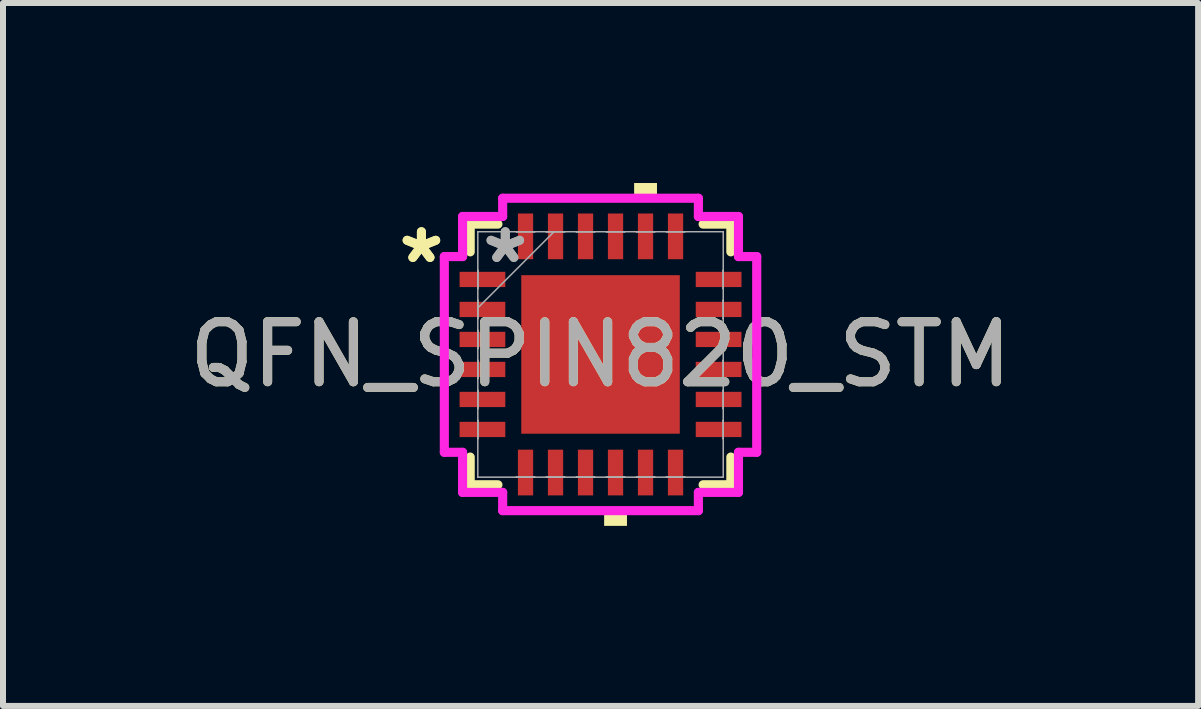
<source format=kicad_pcb>
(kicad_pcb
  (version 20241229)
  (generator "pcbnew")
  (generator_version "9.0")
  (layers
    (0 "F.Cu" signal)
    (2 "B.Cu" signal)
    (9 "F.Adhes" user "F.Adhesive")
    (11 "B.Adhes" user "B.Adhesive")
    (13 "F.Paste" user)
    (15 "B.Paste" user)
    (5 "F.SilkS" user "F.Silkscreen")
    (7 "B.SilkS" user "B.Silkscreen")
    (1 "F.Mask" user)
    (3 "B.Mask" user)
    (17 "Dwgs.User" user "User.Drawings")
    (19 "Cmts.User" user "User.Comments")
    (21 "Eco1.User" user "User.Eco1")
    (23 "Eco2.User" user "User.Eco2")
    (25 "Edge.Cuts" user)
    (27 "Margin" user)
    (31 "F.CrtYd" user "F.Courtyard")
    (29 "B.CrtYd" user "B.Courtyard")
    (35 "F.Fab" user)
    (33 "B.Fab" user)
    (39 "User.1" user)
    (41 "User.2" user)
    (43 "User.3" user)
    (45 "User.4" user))
  (footprint "QFN_SPIN820_STM"
    (layer "F.Cu")
    (at 6.958 2.857)
    (property "Reference" "QFN_SPIN820_STM" (at 0 0 0) (unlocked yes) (layer "F.SilkS") (effects (font (size 1 1) (thickness 0.15))))
    (attr smd)
    (fp_line (start -2.172 -2.172) (end -2.172 -1.71) (stroke (width 0.152) (type solid)) (layer "F.SilkS"))
    (fp_line (start -2.172 1.71) (end -2.172 2.172) (stroke (width 0.152) (type solid)) (layer "F.SilkS"))
    (fp_line (start -2.172 2.172) (end -1.71 2.172) (stroke (width 0.152) (type solid)) (layer "F.SilkS"))
    (fp_line (start -1.71 -2.172) (end -2.172 -2.172) (stroke (width 0.152) (type solid)) (layer "F.SilkS"))
    (fp_line (start 1.71 2.172) (end 2.172 2.172) (stroke (width 0.152) (type solid)) (layer "F.SilkS"))
    (fp_line (start 2.172 -2.172) (end 1.71 -2.172) (stroke (width 0.152) (type solid)) (layer "F.SilkS"))
    (fp_line (start 2.172 -1.71) (end 2.172 -2.172) (stroke (width 0.152) (type solid)) (layer "F.SilkS"))
    (fp_line (start 2.172 2.172) (end 2.172 1.71) (stroke (width 0.152) (type solid)) (layer "F.SilkS"))
    (fp_poly (pts (xy 0.06 2.603) (xy 0.06 2.857) (xy 0.441 2.857) (xy 0.441 2.603)) (stroke (width 0) (type solid)) (fill yes) (layer "F.SilkS"))
    (fp_poly (pts (xy 0.56 -2.603) (xy 0.56 -2.857) (xy 0.941 -2.857) (xy 0.941 -2.603)) (stroke (width 0) (type solid)) (fill yes) (layer "F.SilkS"))
    (fp_poly (pts (xy -1.221 -1.221) (xy -1.221 -0.1) (xy -0.1 -0.1) (xy -0.1 -1.221)) (stroke (width 0) (type solid)) (fill yes) (layer "F.Paste"))
    (fp_poly (pts (xy -1.221 0.1) (xy -1.221 1.221) (xy -0.1 1.221) (xy -0.1 0.1)) (stroke (width 0) (type solid)) (fill yes) (layer "F.Paste"))
    (fp_poly (pts (xy 0.1 -1.221) (xy 0.1 -0.1) (xy 1.221 -0.1) (xy 1.221 -1.221)) (stroke (width 0) (type solid)) (fill yes) (layer "F.Paste"))
    (fp_poly (pts (xy 0.1 0.1) (xy 0.1 1.221) (xy 1.221 1.221) (xy 1.221 0.1)) (stroke (width 0) (type solid)) (fill yes) (layer "F.Paste"))
    (fp_line (start -2.603 -1.631) (end -2.299 -1.631) (stroke (width 0.152) (type solid)) (layer "F.CrtYd"))
    (fp_line (start -2.603 1.631) (end -2.603 -1.631) (stroke (width 0.152) (type solid)) (layer "F.CrtYd"))
    (fp_line (start -2.299 -2.299) (end -1.631 -2.299) (stroke (width 0.152) (type solid)) (layer "F.CrtYd"))
    (fp_line (start -2.299 -1.631) (end -2.299 -2.299) (stroke (width 0.152) (type solid)) (layer "F.CrtYd"))
    (fp_line (start -2.299 1.631) (end -2.603 1.631) (stroke (width 0.152) (type solid)) (layer "F.CrtYd"))
    (fp_line (start -2.299 2.299) (end -2.299 1.631) (stroke (width 0.152) (type solid)) (layer "F.CrtYd"))
    (fp_line (start -1.631 -2.603) (end 1.631 -2.603) (stroke (width 0.152) (type solid)) (layer "F.CrtYd"))
    (fp_line (start -1.631 -2.299) (end -1.631 -2.603) (stroke (width 0.152) (type solid)) (layer "F.CrtYd"))
    (fp_line (start -1.631 2.299) (end -2.299 2.299) (stroke (width 0.152) (type solid)) (layer "F.CrtYd"))
    (fp_line (start -1.631 2.603) (end -1.631 2.299) (stroke (width 0.152) (type solid)) (layer "F.CrtYd"))
    (fp_line (start 1.631 -2.603) (end 1.631 -2.299) (stroke (width 0.152) (type solid)) (layer "F.CrtYd"))
    (fp_line (start 1.631 -2.299) (end 2.299 -2.299) (stroke (width 0.152) (type solid)) (layer "F.CrtYd"))
    (fp_line (start 1.631 2.299) (end 1.631 2.603) (stroke (width 0.152) (type solid)) (layer "F.CrtYd"))
    (fp_line (start 1.631 2.603) (end -1.631 2.603) (stroke (width 0.152) (type solid)) (layer "F.CrtYd"))
    (fp_line (start 2.299 -2.299) (end 2.299 -1.631) (stroke (width 0.152) (type solid)) (layer "F.CrtYd"))
    (fp_line (start 2.299 -1.631) (end 2.603 -1.631) (stroke (width 0.152) (type solid)) (layer "F.CrtYd"))
    (fp_line (start 2.299 1.631) (end 2.299 2.299) (stroke (width 0.152) (type solid)) (layer "F.CrtYd"))
    (fp_line (start 2.299 2.299) (end 1.631 2.299) (stroke (width 0.152) (type solid)) (layer "F.CrtYd"))
    (fp_line (start 2.603 -1.631) (end 2.603 1.631) (stroke (width 0.152) (type solid)) (layer "F.CrtYd"))
    (fp_line (start 2.603 1.631) (end 2.299 1.631) (stroke (width 0.152) (type solid)) (layer "F.CrtYd"))
    (fp_line (start -2.045 -2.045) (end -2.045 -2.045) (stroke (width 0.025) (type solid)) (layer "F.Fab"))
    (fp_line (start -2.045 -2.045) (end -2.045 2.045) (stroke (width 0.025) (type solid)) (layer "F.Fab"))
    (fp_line (start -2.045 -1.403) (end -2.045 -1.403) (stroke (width 0.025) (type solid)) (layer "F.Fab"))
    (fp_line (start -2.045 -1.403) (end -2.045 -1.098) (stroke (width 0.025) (type solid)) (layer "F.Fab"))
    (fp_line (start -2.045 -1.098) (end -2.045 -1.403) (stroke (width 0.025) (type solid)) (layer "F.Fab"))
    (fp_line (start -2.045 -1.098) (end -2.045 -1.098) (stroke (width 0.025) (type solid)) (layer "F.Fab"))
    (fp_line (start -2.045 -0.903) (end -2.045 -0.903) (stroke (width 0.025) (type solid)) (layer "F.Fab"))
    (fp_line (start -2.045 -0.903) (end -2.045 -0.598) (stroke (width 0.025) (type solid)) (layer "F.Fab"))
    (fp_line (start -2.045 -0.775) (end -0.775 -2.045) (stroke (width 0.025) (type solid)) (layer "F.Fab"))
    (fp_line (start -2.045 -0.598) (end -2.045 -0.903) (stroke (width 0.025) (type solid)) (layer "F.Fab"))
    (fp_line (start -2.045 -0.598) (end -2.045 -0.598) (stroke (width 0.025) (type solid)) (layer "F.Fab"))
    (fp_line (start -2.045 -0.402) (end -2.045 -0.402) (stroke (width 0.025) (type solid)) (layer "F.Fab"))
    (fp_line (start -2.045 -0.402) (end -2.045 -0.098) (stroke (width 0.025) (type solid)) (layer "F.Fab"))
    (fp_line (start -2.045 -0.098) (end -2.045 -0.402) (stroke (width 0.025) (type solid)) (layer "F.Fab"))
    (fp_line (start -2.045 -0.098) (end -2.045 -0.098) (stroke (width 0.025) (type solid)) (layer "F.Fab"))
    (fp_line (start -2.045 0.098) (end -2.045 0.098) (stroke (width 0.025) (type solid)) (layer "F.Fab"))
    (fp_line (start -2.045 0.098) (end -2.045 0.402) (stroke (width 0.025) (type solid)) (layer "F.Fab"))
    (fp_line (start -2.045 0.402) (end -2.045 0.098) (stroke (width 0.025) (type solid)) (layer "F.Fab"))
    (fp_line (start -2.045 0.402) (end -2.045 0.402) (stroke (width 0.025) (type solid)) (layer "F.Fab"))
    (fp_line (start -2.045 0.598) (end -2.045 0.598) (stroke (width 0.025) (type solid)) (layer "F.Fab"))
    (fp_line (start -2.045 0.598) (end -2.045 0.903) (stroke (width 0.025) (type solid)) (layer "F.Fab"))
    (fp_line (start -2.045 0.903) (end -2.045 0.598) (stroke (width 0.025) (type solid)) (layer "F.Fab"))
    (fp_line (start -2.045 0.903) (end -2.045 0.903) (stroke (width 0.025) (type solid)) (layer "F.Fab"))
    (fp_line (start -2.045 1.098) (end -2.045 1.098) (stroke (width 0.025) (type solid)) (layer "F.Fab"))
    (fp_line (start -2.045 1.098) (end -2.045 1.403) (stroke (width 0.025) (type solid)) (layer "F.Fab"))
    (fp_line (start -2.045 1.403) (end -2.045 1.098) (stroke (width 0.025) (type solid)) (layer "F.Fab"))
    (fp_line (start -2.045 1.403) (end -2.045 1.403) (stroke (width 0.025) (type solid)) (layer "F.Fab"))
    (fp_line (start -2.045 2.045) (end -2.045 2.045) (stroke (width 0.025) (type solid)) (layer "F.Fab"))
    (fp_line (start -2.045 2.045) (end 2.045 2.045) (stroke (width 0.025) (type solid)) (layer "F.Fab"))
    (fp_line (start -1.403 -2.045) (end -1.403 -2.045) (stroke (width 0.025) (type solid)) (layer "F.Fab"))
    (fp_line (start -1.403 -2.045) (end -1.098 -2.045) (stroke (width 0.025) (type solid)) (layer "F.Fab"))
    (fp_line (start -1.403 2.045) (end -1.403 2.045) (stroke (width 0.025) (type solid)) (layer "F.Fab"))
    (fp_line (start -1.403 2.045) (end -1.098 2.045) (stroke (width 0.025) (type solid)) (layer "F.Fab"))
    (fp_line (start -1.098 -2.045) (end -1.403 -2.045) (stroke (width 0.025) (type solid)) (layer "F.Fab"))
    (fp_line (start -1.098 -2.045) (end -1.098 -2.045) (stroke (width 0.025) (type solid)) (layer "F.Fab"))
    (fp_line (start -1.098 2.045) (end -1.403 2.045) (stroke (width 0.025) (type solid)) (layer "F.Fab"))
    (fp_line (start -1.098 2.045) (end -1.098 2.045) (stroke (width 0.025) (type solid)) (layer "F.Fab"))
    (fp_line (start -0.903 -2.045) (end -0.903 -2.045) (stroke (width 0.025) (type solid)) (layer "F.Fab"))
    (fp_line (start -0.903 -2.045) (end -0.598 -2.045) (stroke (width 0.025) (type solid)) (layer "F.Fab"))
    (fp_line (start -0.903 2.045) (end -0.903 2.045) (stroke (width 0.025) (type solid)) (layer "F.Fab"))
    (fp_line (start -0.903 2.045) (end -0.598 2.045) (stroke (width 0.025) (type solid)) (layer "F.Fab"))
    (fp_line (start -0.598 -2.045) (end -0.903 -2.045) (stroke (width 0.025) (type solid)) (layer "F.Fab"))
    (fp_line (start -0.598 -2.045) (end -0.598 -2.045) (stroke (width 0.025) (type solid)) (layer "F.Fab"))
    (fp_line (start -0.598 2.045) (end -0.903 2.045) (stroke (width 0.025) (type solid)) (layer "F.Fab"))
    (fp_line (start -0.598 2.045) (end -0.598 2.045) (stroke (width 0.025) (type solid)) (layer "F.Fab"))
    (fp_line (start -0.402 -2.045) (end -0.402 -2.045) (stroke (width 0.025) (type solid)) (layer "F.Fab"))
    (fp_line (start -0.402 -2.045) (end -0.098 -2.045) (stroke (width 0.025) (type solid)) (layer "F.Fab"))
    (fp_line (start -0.402 2.045) (end -0.402 2.045) (stroke (width 0.025) (type solid)) (layer "F.Fab"))
    (fp_line (start -0.402 2.045) (end -0.098 2.045) (stroke (width 0.025) (type solid)) (layer "F.Fab"))
    (fp_line (start -0.098 -2.045) (end -0.402 -2.045) (stroke (width 0.025) (type solid)) (layer "F.Fab"))
    (fp_line (start -0.098 -2.045) (end -0.098 -2.045) (stroke (width 0.025) (type solid)) (layer "F.Fab"))
    (fp_line (start -0.098 2.045) (end -0.402 2.045) (stroke (width 0.025) (type solid)) (layer "F.Fab"))
    (fp_line (start -0.098 2.045) (end -0.098 2.045) (stroke (width 0.025) (type solid)) (layer "F.Fab"))
    (fp_line (start 0.098 -2.045) (end 0.098 -2.045) (stroke (width 0.025) (type solid)) (layer "F.Fab"))
    (fp_line (start 0.098 -2.045) (end 0.402 -2.045) (stroke (width 0.025) (type solid)) (layer "F.Fab"))
    (fp_line (start 0.098 2.045) (end 0.098 2.045) (stroke (width 0.025) (type solid)) (layer "F.Fab"))
    (fp_line (start 0.098 2.045) (end 0.402 2.045) (stroke (width 0.025) (type solid)) (layer "F.Fab"))
    (fp_line (start 0.402 -2.045) (end 0.098 -2.045) (stroke (width 0.025) (type solid)) (layer "F.Fab"))
    (fp_line (start 0.402 -2.045) (end 0.402 -2.045) (stroke (width 0.025) (type solid)) (layer "F.Fab"))
    (fp_line (start 0.402 2.045) (end 0.098 2.045) (stroke (width 0.025) (type solid)) (layer "F.Fab"))
    (fp_line (start 0.402 2.045) (end 0.402 2.045) (stroke (width 0.025) (type solid)) (layer "F.Fab"))
    (fp_line (start 0.598 -2.045) (end 0.598 -2.045) (stroke (width 0.025) (type solid)) (layer "F.Fab"))
    (fp_line (start 0.598 -2.045) (end 0.903 -2.045) (stroke (width 0.025) (type solid)) (layer "F.Fab"))
    (fp_line (start 0.598 2.045) (end 0.598 2.045) (stroke (width 0.025) (type solid)) (layer "F.Fab"))
    (fp_line (start 0.598 2.045) (end 0.903 2.045) (stroke (width 0.025) (type solid)) (layer "F.Fab"))
    (fp_line (start 0.903 -2.045) (end 0.598 -2.045) (stroke (width 0.025) (type solid)) (layer "F.Fab"))
    (fp_line (start 0.903 -2.045) (end 0.903 -2.045) (stroke (width 0.025) (type solid)) (layer "F.Fab"))
    (fp_line (start 0.903 2.045) (end 0.598 2.045) (stroke (width 0.025) (type solid)) (layer "F.Fab"))
    (fp_line (start 0.903 2.045) (end 0.903 2.045) (stroke (width 0.025) (type solid)) (layer "F.Fab"))
    (fp_line (start 1.098 -2.045) (end 1.098 -2.045) (stroke (width 0.025) (type solid)) (layer "F.Fab"))
    (fp_line (start 1.098 -2.045) (end 1.403 -2.045) (stroke (width 0.025) (type solid)) (layer "F.Fab"))
    (fp_line (start 1.098 2.045) (end 1.098 2.045) (stroke (width 0.025) (type solid)) (layer "F.Fab"))
    (fp_line (start 1.098 2.045) (end 1.403 2.045) (stroke (width 0.025) (type solid)) (layer "F.Fab"))
    (fp_line (start 1.403 -2.045) (end 1.098 -2.045) (stroke (width 0.025) (type solid)) (layer "F.Fab"))
    (fp_line (start 1.403 -2.045) (end 1.403 -2.045) (stroke (width 0.025) (type solid)) (layer "F.Fab"))
    (fp_line (start 1.403 2.045) (end 1.098 2.045) (stroke (width 0.025) (type solid)) (layer "F.Fab"))
    (fp_line (start 1.403 2.045) (end 1.403 2.045) (stroke (width 0.025) (type solid)) (layer "F.Fab"))
    (fp_line (start 2.045 -2.045) (end -2.045 -2.045) (stroke (width 0.025) (type solid)) (layer "F.Fab"))
    (fp_line (start 2.045 -2.045) (end 2.045 -2.045) (stroke (width 0.025) (type solid)) (layer "F.Fab"))
    (fp_line (start 2.045 -1.403) (end 2.045 -1.403) (stroke (width 0.025) (type solid)) (layer "F.Fab"))
    (fp_line (start 2.045 -1.403) (end 2.045 -1.098) (stroke (width 0.025) (type solid)) (layer "F.Fab"))
    (fp_line (start 2.045 -1.098) (end 2.045 -1.403) (stroke (width 0.025) (type solid)) (layer "F.Fab"))
    (fp_line (start 2.045 -1.098) (end 2.045 -1.098) (stroke (width 0.025) (type solid)) (layer "F.Fab"))
    (fp_line (start 2.045 -0.903) (end 2.045 -0.903) (stroke (width 0.025) (type solid)) (layer "F.Fab"))
    (fp_line (start 2.045 -0.903) (end 2.045 -0.598) (stroke (width 0.025) (type solid)) (layer "F.Fab"))
    (fp_line (start 2.045 -0.598) (end 2.045 -0.903) (stroke (width 0.025) (type solid)) (layer "F.Fab"))
    (fp_line (start 2.045 -0.598) (end 2.045 -0.598) (stroke (width 0.025) (type solid)) (layer "F.Fab"))
    (fp_line (start 2.045 -0.402) (end 2.045 -0.402) (stroke (width 0.025) (type solid)) (layer "F.Fab"))
    (fp_line (start 2.045 -0.402) (end 2.045 -0.098) (stroke (width 0.025) (type solid)) (layer "F.Fab"))
    (fp_line (start 2.045 -0.098) (end 2.045 -0.402) (stroke (width 0.025) (type solid)) (layer "F.Fab"))
    (fp_line (start 2.045 -0.098) (end 2.045 -0.098) (stroke (width 0.025) (type solid)) (layer "F.Fab"))
    (fp_line (start 2.045 0.098) (end 2.045 0.098) (stroke (width 0.025) (type solid)) (layer "F.Fab"))
    (fp_line (start 2.045 0.098) (end 2.045 0.402) (stroke (width 0.025) (type solid)) (layer "F.Fab"))
    (fp_line (start 2.045 0.402) (end 2.045 0.098) (stroke (width 0.025) (type solid)) (layer "F.Fab"))
    (fp_line (start 2.045 0.402) (end 2.045 0.402) (stroke (width 0.025) (type solid)) (layer "F.Fab"))
    (fp_line (start 2.045 0.598) (end 2.045 0.598) (stroke (width 0.025) (type solid)) (layer "F.Fab"))
    (fp_line (start 2.045 0.598) (end 2.045 0.903) (stroke (width 0.025) (type solid)) (layer "F.Fab"))
    (fp_line (start 2.045 0.903) (end 2.045 0.598) (stroke (width 0.025) (type solid)) (layer "F.Fab"))
    (fp_line (start 2.045 0.903) (end 2.045 0.903) (stroke (width 0.025) (type solid)) (layer "F.Fab"))
    (fp_line (start 2.045 1.098) (end 2.045 1.098) (stroke (width 0.025) (type solid)) (layer "F.Fab"))
    (fp_line (start 2.045 1.098) (end 2.045 1.403) (stroke (width 0.025) (type solid)) (layer "F.Fab"))
    (fp_line (start 2.045 1.403) (end 2.045 1.098) (stroke (width 0.025) (type solid)) (layer "F.Fab"))
    (fp_line (start 2.045 1.403) (end 2.045 1.403) (stroke (width 0.025) (type solid)) (layer "F.Fab"))
    (fp_line (start 2.045 2.045) (end 2.045 -2.045) (stroke (width 0.025) (type solid)) (layer "F.Fab"))
    (fp_line (start 2.045 2.045) (end 2.045 2.045) (stroke (width 0.025) (type solid)) (layer "F.Fab"))
    (fp_text user "*" (at -2.985 -1.5 0) (unlocked yes) (layer "F.SilkS") (effects (font (size 1 1) (thickness 0.15))))
    (fp_text user "*" (at -2.985 -1.5 0) (layer "F.SilkS") (effects (font (size 1 1) (thickness 0.15))))
    (fp_text user "*" (at -1.587 -1.5 0) (layer "F.Fab") (effects (font (size 1 1) (thickness 0.15))))
    (fp_text user "*" (at -1.587 -1.5 0) (unlocked yes) (layer "F.Fab") (effects (font (size 1 1) (thickness 0.15))))
    (fp_text user "${REFERENCE}" (at 0 0 0) (unlocked yes) (layer "F.Fab") (effects (font (size 1 1) (thickness 0.15))))
    (pad "1" smd rect (at -1.968 -1.25 90) (size 0.254 0.762) (layers "F.Cu" "F.Mask" "F.Paste"))
    (pad "2" smd rect (at -1.968 -0.75 90) (size 0.254 0.762) (layers "F.Cu" "F.Mask" "F.Paste"))
    (pad "3" smd rect (at -1.968 -0.25 90) (size 0.254 0.762) (layers "F.Cu" "F.Mask" "F.Paste"))
    (pad "4" smd rect (at -1.968 0.25 90) (size 0.254 0.762) (layers "F.Cu" "F.Mask" "F.Paste"))
    (pad "5" smd rect (at -1.968 0.75 90) (size 0.254 0.762) (layers "F.Cu" "F.Mask" "F.Paste"))
    (pad "6" smd rect (at -1.968 1.25 90) (size 0.254 0.762) (layers "F.Cu" "F.Mask" "F.Paste"))
    (pad "7" smd rect (at -1.25 1.968) (size 0.254 0.762) (layers "F.Cu" "F.Mask" "F.Paste"))
    (pad "8" smd rect (at -0.75 1.968) (size 0.254 0.762) (layers "F.Cu" "F.Mask" "F.Paste"))
    (pad "9" smd rect (at -0.25 1.968) (size 0.254 0.762) (layers "F.Cu" "F.Mask" "F.Paste"))
    (pad "10" smd rect (at 0.25 1.968) (size 0.254 0.762) (layers "F.Cu" "F.Mask" "F.Paste"))
    (pad "11" smd rect (at 0.75 1.968) (size 0.254 0.762) (layers "F.Cu" "F.Mask" "F.Paste"))
    (pad "12" smd rect (at 1.25 1.968) (size 0.254 0.762) (layers "F.Cu" "F.Mask" "F.Paste"))
    (pad "13" smd rect (at 1.968 1.25 90) (size 0.254 0.762) (layers "F.Cu" "F.Mask" "F.Paste"))
    (pad "14" smd rect (at 1.968 0.75 90) (size 0.254 0.762) (layers "F.Cu" "F.Mask" "F.Paste"))
    (pad "15" smd rect (at 1.968 0.25 90) (size 0.254 0.762) (layers "F.Cu" "F.Mask" "F.Paste"))
    (pad "16" smd rect (at 1.968 -0.25 90) (size 0.254 0.762) (layers "F.Cu" "F.Mask" "F.Paste"))
    (pad "17" smd rect (at 1.968 -0.75 90) (size 0.254 0.762) (layers "F.Cu" "F.Mask" "F.Paste"))
    (pad "18" smd rect (at 1.968 -1.25 90) (size 0.254 0.762) (layers "F.Cu" "F.Mask" "F.Paste"))
    (pad "19" smd rect (at 1.25 -1.968) (size 0.254 0.762) (layers "F.Cu" "F.Mask" "F.Paste"))
    (pad "20" smd rect (at 0.75 -1.968) (size 0.254 0.762) (layers "F.Cu" "F.Mask" "F.Paste"))
    (pad "21" smd rect (at 0.25 -1.968) (size 0.254 0.762) (layers "F.Cu" "F.Mask" "F.Paste"))
    (pad "22" smd rect (at -0.25 -1.968) (size 0.254 0.762) (layers "F.Cu" "F.Mask" "F.Paste"))
    (pad "23" smd rect (at -0.75 -1.968) (size 0.254 0.762) (layers "F.Cu" "F.Mask" "F.Paste"))
    (pad "24" smd rect (at -1.25 -1.968) (size 0.254 0.762) (layers "F.Cu" "F.Mask" "F.Paste"))
    (pad "25" smd rect (at 0 0) (size 2.642 2.642) (layers "F.Cu" "F.Mask" "F.Paste")))
  (gr_rect
    (start -3 -3)
    (end 16.917 8.715)
    (stroke (width 0.1) (type default))
    (fill no)
    (layer "Edge.Cuts")))
</source>
